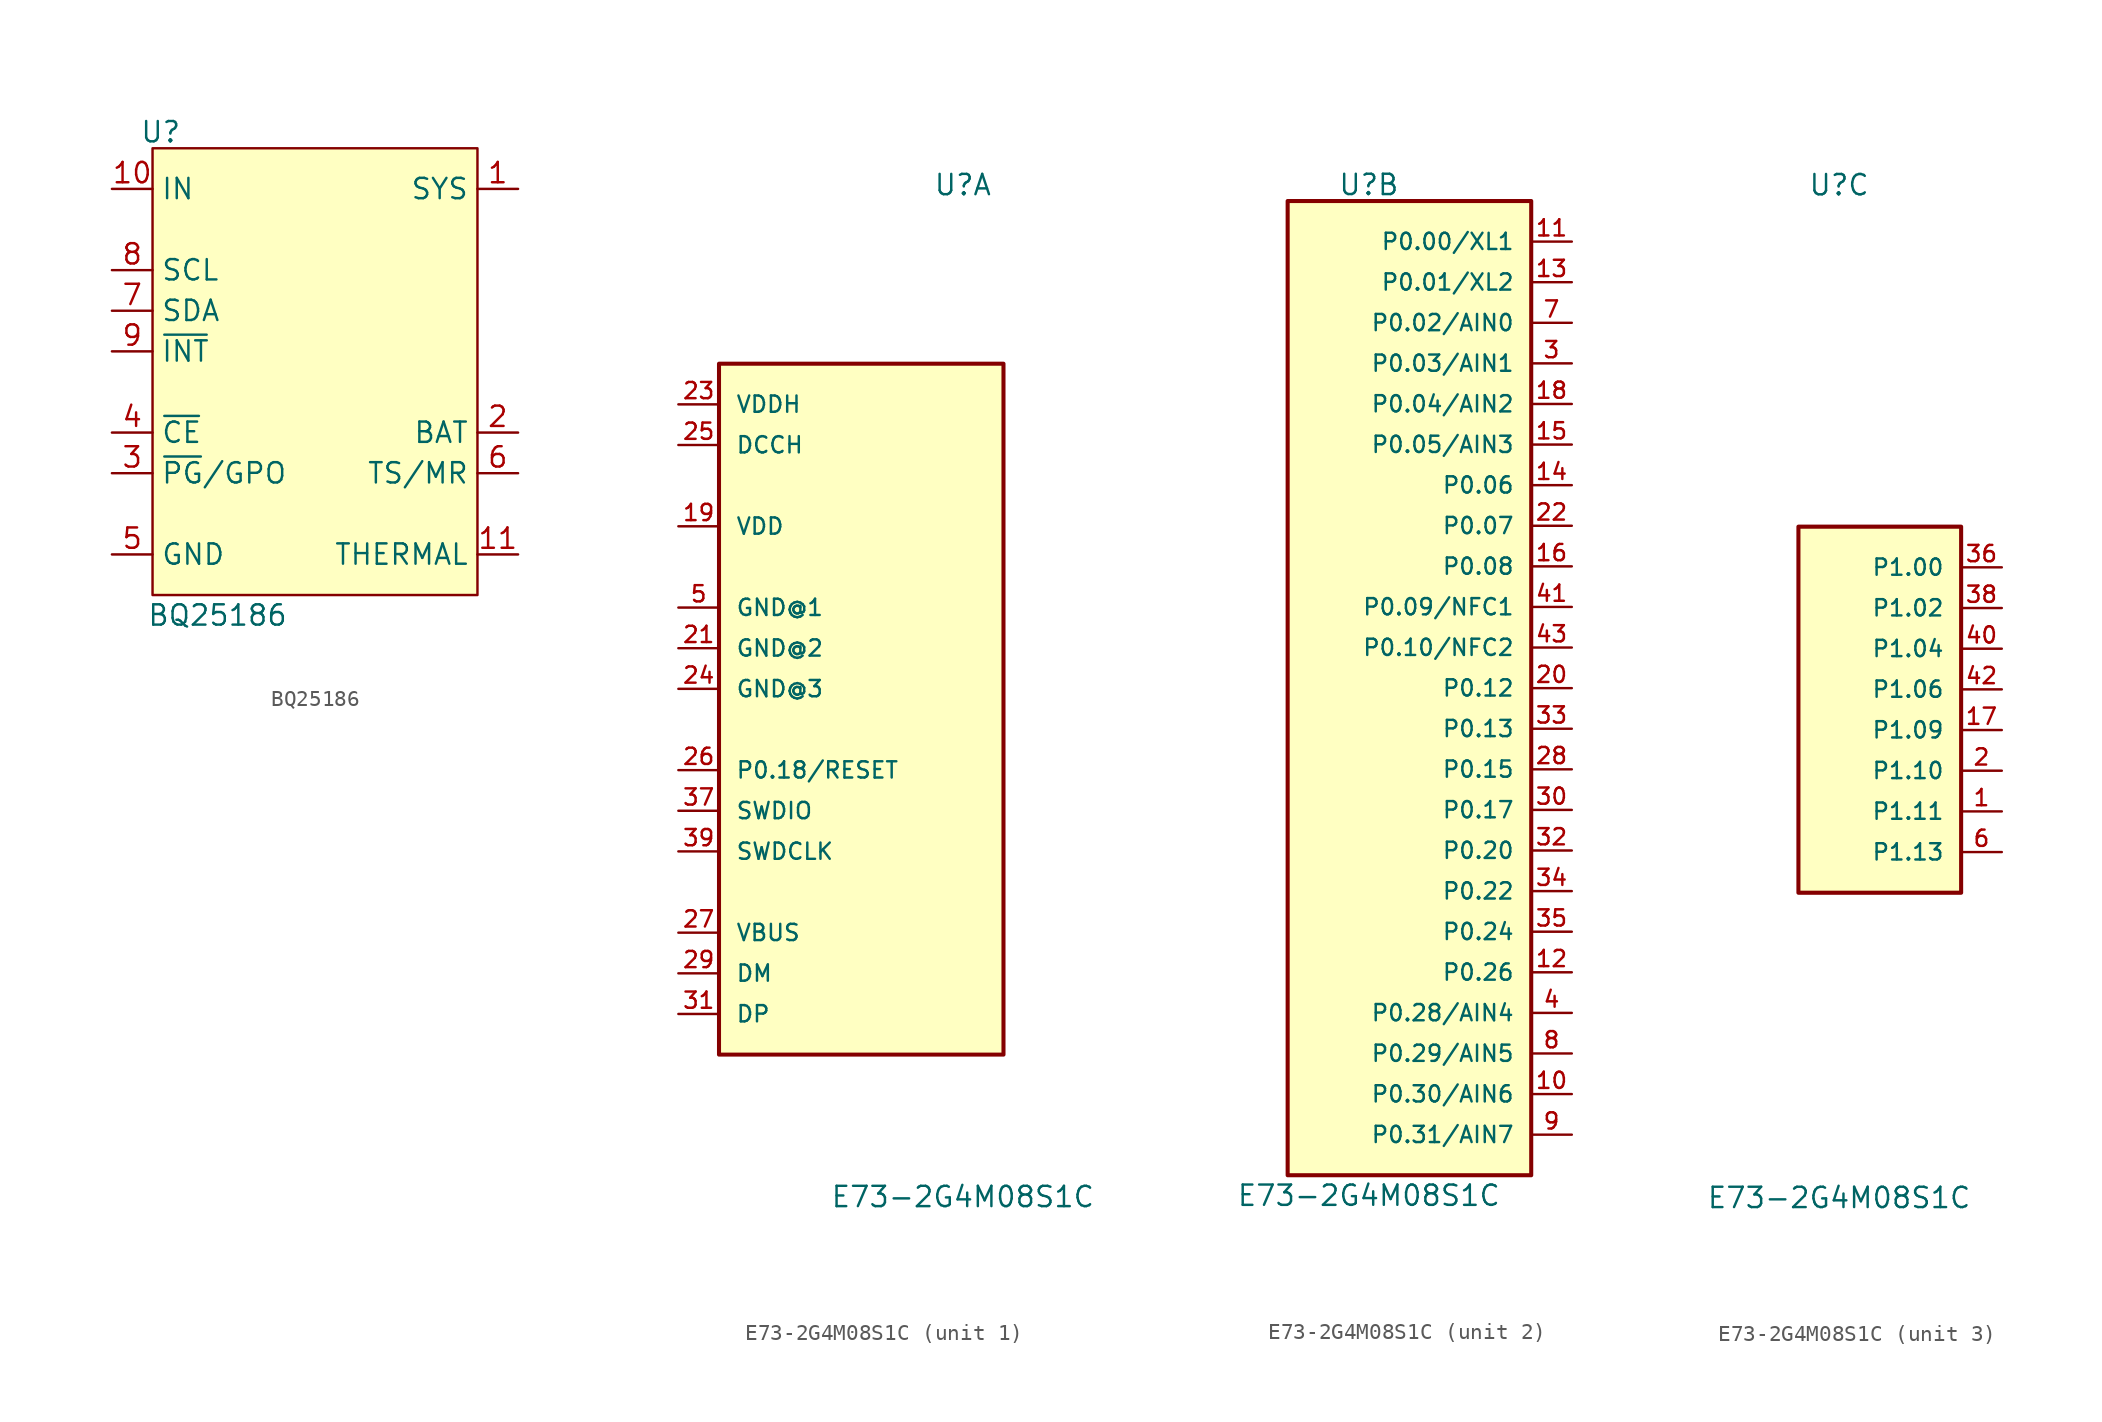
<source format=kicad_sym>
(kicad_symbol_lib
  (version 20241209)
  (generator "kicad_symbol_editor")
  (generator_version "9.0")
  (symbol "BQ25186"
    (property "Reference" "U"
      (at -9.652 14.986 0)
      (effects (font (size 1.27 1.27))))
    (property "Value" "BQ25186"
      (at -6.096 -15.24 0)
      (effects (font (size 1.27 1.27))))
    (symbol "BQ25186_0_0"
      (pin power_in line (at -12.7 11.43 0) (length 2.54) (name "IN" (effects (font (size 1.27 1.27)))) (number "10" (effects (font (size 1.27 1.27)))))
      (pin open_collector line (at -12.7 6.35 0) (length 2.54) (name "SCL" (effects (font (size 1.27 1.27)))) (number "8" (effects (font (size 1.27 1.27)))))
      (pin open_collector line (at -12.7 3.81 0) (length 2.54) (name "SDA" (effects (font (size 1.27 1.27)))) (number "7" (effects (font (size 1.27 1.27)))))
      (pin open_collector line (at -12.7 1.27 0) (length 2.54) (name "~{INT}" (effects (font (size 1.27 1.27)))) (number "9" (effects (font (size 1.27 1.27)))))
      (pin input line (at -12.7 -3.81 0) (length 2.54) (name "~{CE}" (effects (font (size 1.27 1.27)))) (number "4" (effects (font (size 1.27 1.27)))))
      (pin power_in line (at -12.7 -11.43 0) (length 2.54) (name "GND" (effects (font (size 1.27 1.27)))) (number "5" (effects (font (size 1.27 1.27)))))
      (pin power_out line (at 12.7 11.43 180) (length 2.54) (name "SYS" (effects (font (size 1.27 1.27)))) (number "1" (effects (font (size 1.27 1.27)))))
      (pin power_in line (at 12.7 -3.81 180) (length 2.54) (name "BAT" (effects (font (size 1.27 1.27)))) (number "2" (effects (font (size 1.27 1.27)))))
      (pin input line (at 12.7 -6.35 180) (length 2.54) (name "TS/MR" (effects (font (size 1.27 1.27)))) (number "6" (effects (font (size 1.27 1.27))))))
    (symbol "BQ25186_1_0"
      (pin open_collector line (at -12.7 -6.35 0) (length 2.54) (name "~{PG}/GPO" (effects (font (size 1.27 1.27)))) (number "3" (effects (font (size 1.27 1.27)))))
      (pin passive line (at 12.7 -11.43 180) (length 2.54) (name "THERMAL" (effects (font (size 1.27 1.27)))) (number "11" (effects (font (size 1.27 1.27))))))
    (symbol "BQ25186_1_1"
      (rectangle (start -10.16 13.97) (end 10.16 -13.97) (stroke (width 0) (type solid)) (fill (type background)))))
  (symbol "E73-2G4M08S1C"
    (pin_names
      (offset 1.016))
    (property "Reference" "U"
      (at 0 31.496 0)
      (effects (font (size 1.27 1.27))))
    (property "Value" "E73-2G4M08S1C"
      (at 0 -31.75 0)
      (effects (font (size 1.27 1.27))))
    (symbol "E73-2G4M08S1C_1_0"
      (rectangle (start -15.24 20.32) (end 2.54 -22.86) (stroke (width 0.254) (type default)) (fill (type background)))
      (pin power_in line (at -17.78 17.78 0) (length 2.54) (name "VDDH" (effects (font (size 1.016 1.016)))) (number "23" (effects (font (size 1.016 1.016)))))
      (pin bidirectional line (at -17.78 15.24 0) (length 2.54) (name "DCCH" (effects (font (size 1.016 1.016)))) (number "25" (effects (font (size 1.016 1.016)))))
      (pin power_in line (at -17.78 10.16 0) (length 2.54) (name "VDD" (effects (font (size 1.016 1.016)))) (number "19" (effects (font (size 1.016 1.016)))))
      (pin power_in line (at -17.78 5.08 0) (length 2.54) (name "GND@1" (effects (font (size 1.016 1.016)))) (number "5" (effects (font (size 1.016 1.016)))))
      (pin power_in line (at -17.78 2.54 0) (length 2.54) (name "GND@2" (effects (font (size 1.016 1.016)))) (number "21" (effects (font (size 1.016 1.016)))))
      (pin power_in line (at -17.78 0 0) (length 2.54) (name "GND@3" (effects (font (size 1.016 1.016)))) (number "24" (effects (font (size 1.016 1.016)))))
      (pin bidirectional line (at -17.78 -5.08 0) (length 2.54) (name "P0.18/RESET" (effects (font (size 1.016 1.016)))) (number "26" (effects (font (size 1.016 1.016)))))
      (pin bidirectional line (at -17.78 -7.62 0) (length 2.54) (name "SWDIO" (effects (font (size 1.016 1.016)))) (number "37" (effects (font (size 1.016 1.016)))))
      (pin bidirectional line (at -17.78 -10.16 0) (length 2.54) (name "SWDCLK" (effects (font (size 1.016 1.016)))) (number "39" (effects (font (size 1.016 1.016)))))
      (pin power_in line (at -17.78 -15.24 0) (length 2.54) (name "VBUS" (effects (font (size 1.016 1.016)))) (number "27" (effects (font (size 1.016 1.016)))))
      (pin bidirectional line (at -17.78 -17.78 0) (length 2.54) (name "DM" (effects (font (size 1.016 1.016)))) (number "29" (effects (font (size 1.016 1.016)))))
      (pin bidirectional line (at -17.78 -20.32 0) (length 2.54) (name "DP" (effects (font (size 1.016 1.016)))) (number "31" (effects (font (size 1.016 1.016))))))
    (symbol "E73-2G4M08S1C_2_0"
      (rectangle (start -5.08 -30.48) (end 10.16 30.48) (stroke (width 0.254) (type default)) (fill (type background)))
      (pin bidirectional line (at 12.7 27.94 180) (length 2.54) (name "P0.00/XL1" (effects (font (size 1.016 1.016)))) (number "11" (effects (font (size 1.016 1.016)))))
      (pin bidirectional line (at 12.7 25.4 180) (length 2.54) (name "P0.01/XL2" (effects (font (size 1.016 1.016)))) (number "13" (effects (font (size 1.016 1.016)))))
      (pin bidirectional line (at 12.7 22.86 180) (length 2.54) (name "P0.02/AIN0" (effects (font (size 1.016 1.016)))) (number "7" (effects (font (size 1.016 1.016)))))
      (pin bidirectional line (at 12.7 20.32 180) (length 2.54) (name "P0.03/AIN1" (effects (font (size 1.016 1.016)))) (number "3" (effects (font (size 1.016 1.016)))))
      (pin bidirectional line (at 12.7 17.78 180) (length 2.54) (name "P0.04/AIN2" (effects (font (size 1.016 1.016)))) (number "18" (effects (font (size 1.016 1.016)))))
      (pin bidirectional line (at 12.7 15.24 180) (length 2.54) (name "P0.05/AIN3" (effects (font (size 1.016 1.016)))) (number "15" (effects (font (size 1.016 1.016)))))
      (pin bidirectional line (at 12.7 12.7 180) (length 2.54) (name "P0.06" (effects (font (size 1.016 1.016)))) (number "14" (effects (font (size 1.016 1.016)))))
      (pin bidirectional line (at 12.7 10.16 180) (length 2.54) (name "P0.07" (effects (font (size 1.016 1.016)))) (number "22" (effects (font (size 1.016 1.016)))))
      (pin bidirectional line (at 12.7 7.62 180) (length 2.54) (name "P0.08" (effects (font (size 1.016 1.016)))) (number "16" (effects (font (size 1.016 1.016)))))
      (pin bidirectional line (at 12.7 5.08 180) (length 2.54) (name "P0.09/NFC1" (effects (font (size 1.016 1.016)))) (number "41" (effects (font (size 1.016 1.016)))))
      (pin bidirectional line (at 12.7 2.54 180) (length 2.54) (name "P0.10/NFC2" (effects (font (size 1.016 1.016)))) (number "43" (effects (font (size 1.016 1.016)))))
      (pin bidirectional line (at 12.7 0 180) (length 2.54) (name "P0.12" (effects (font (size 1.016 1.016)))) (number "20" (effects (font (size 1.016 1.016)))))
      (pin bidirectional line (at 12.7 -2.54 180) (length 2.54) (name "P0.13" (effects (font (size 1.016 1.016)))) (number "33" (effects (font (size 1.016 1.016)))))
      (pin bidirectional line (at 12.7 -5.08 180) (length 2.54) (name "P0.15" (effects (font (size 1.016 1.016)))) (number "28" (effects (font (size 1.016 1.016)))))
      (pin bidirectional line (at 12.7 -7.62 180) (length 2.54) (name "P0.17" (effects (font (size 1.016 1.016)))) (number "30" (effects (font (size 1.016 1.016)))))
      (pin bidirectional line (at 12.7 -10.16 180) (length 2.54) (name "P0.20" (effects (font (size 1.016 1.016)))) (number "32" (effects (font (size 1.016 1.016)))))
      (pin bidirectional line (at 12.7 -12.7 180) (length 2.54) (name "P0.22" (effects (font (size 1.016 1.016)))) (number "34" (effects (font (size 1.016 1.016)))))
      (pin bidirectional line (at 12.7 -15.24 180) (length 2.54) (name "P0.24" (effects (font (size 1.016 1.016)))) (number "35" (effects (font (size 1.016 1.016)))))
      (pin bidirectional line (at 12.7 -17.78 180) (length 2.54) (name "P0.26" (effects (font (size 1.016 1.016)))) (number "12" (effects (font (size 1.016 1.016)))))
      (pin bidirectional line (at 12.7 -20.32 180) (length 2.54) (name "P0.28/AIN4" (effects (font (size 1.016 1.016)))) (number "4" (effects (font (size 1.016 1.016)))))
      (pin bidirectional line (at 12.7 -22.86 180) (length 2.54) (name "P0.29/AIN5" (effects (font (size 1.016 1.016)))) (number "8" (effects (font (size 1.016 1.016)))))
      (pin bidirectional line (at 12.7 -25.4 180) (length 2.54) (name "P0.30/AIN6" (effects (font (size 1.016 1.016)))) (number "10" (effects (font (size 1.016 1.016)))))
      (pin bidirectional line (at 12.7 -27.94 180) (length 2.54) (name "P0.31/AIN7" (effects (font (size 1.016 1.016)))) (number "9" (effects (font (size 1.016 1.016))))))
    (symbol "E73-2G4M08S1C_3_0"
      (rectangle (start -2.54 -12.7) (end 7.62 10.16) (stroke (width 0.254) (type default)) (fill (type background)))
      (pin bidirectional line (at 10.16 7.62 180) (length 2.54) (name "P1.00" (effects (font (size 1.016 1.016)))) (number "36" (effects (font (size 1.016 1.016)))))
      (pin bidirectional line (at 10.16 5.08 180) (length 2.54) (name "P1.02" (effects (font (size 1.016 1.016)))) (number "38" (effects (font (size 1.016 1.016)))))
      (pin bidirectional line (at 10.16 2.54 180) (length 2.54) (name "P1.04" (effects (font (size 1.016 1.016)))) (number "40" (effects (font (size 1.016 1.016)))))
      (pin bidirectional line (at 10.16 0 180) (length 2.54) (name "P1.06" (effects (font (size 1.016 1.016)))) (number "42" (effects (font (size 1.016 1.016)))))
      (pin bidirectional line (at 10.16 -2.54 180) (length 2.54) (name "P1.09" (effects (font (size 1.016 1.016)))) (number "17" (effects (font (size 1.016 1.016)))))
      (pin bidirectional line (at 10.16 -5.08 180) (length 2.54) (name "P1.10" (effects (font (size 1.016 1.016)))) (number "2" (effects (font (size 1.016 1.016)))))
      (pin bidirectional line (at 10.16 -7.62 180) (length 2.54) (name "P1.11" (effects (font (size 1.016 1.016)))) (number "1" (effects (font (size 1.016 1.016)))))
      (pin bidirectional line (at 10.16 -10.16 180) (length 2.54) (name "P1.13" (effects (font (size 1.016 1.016)))) (number "6" (effects (font (size 1.016 1.016))))))))
</source>
